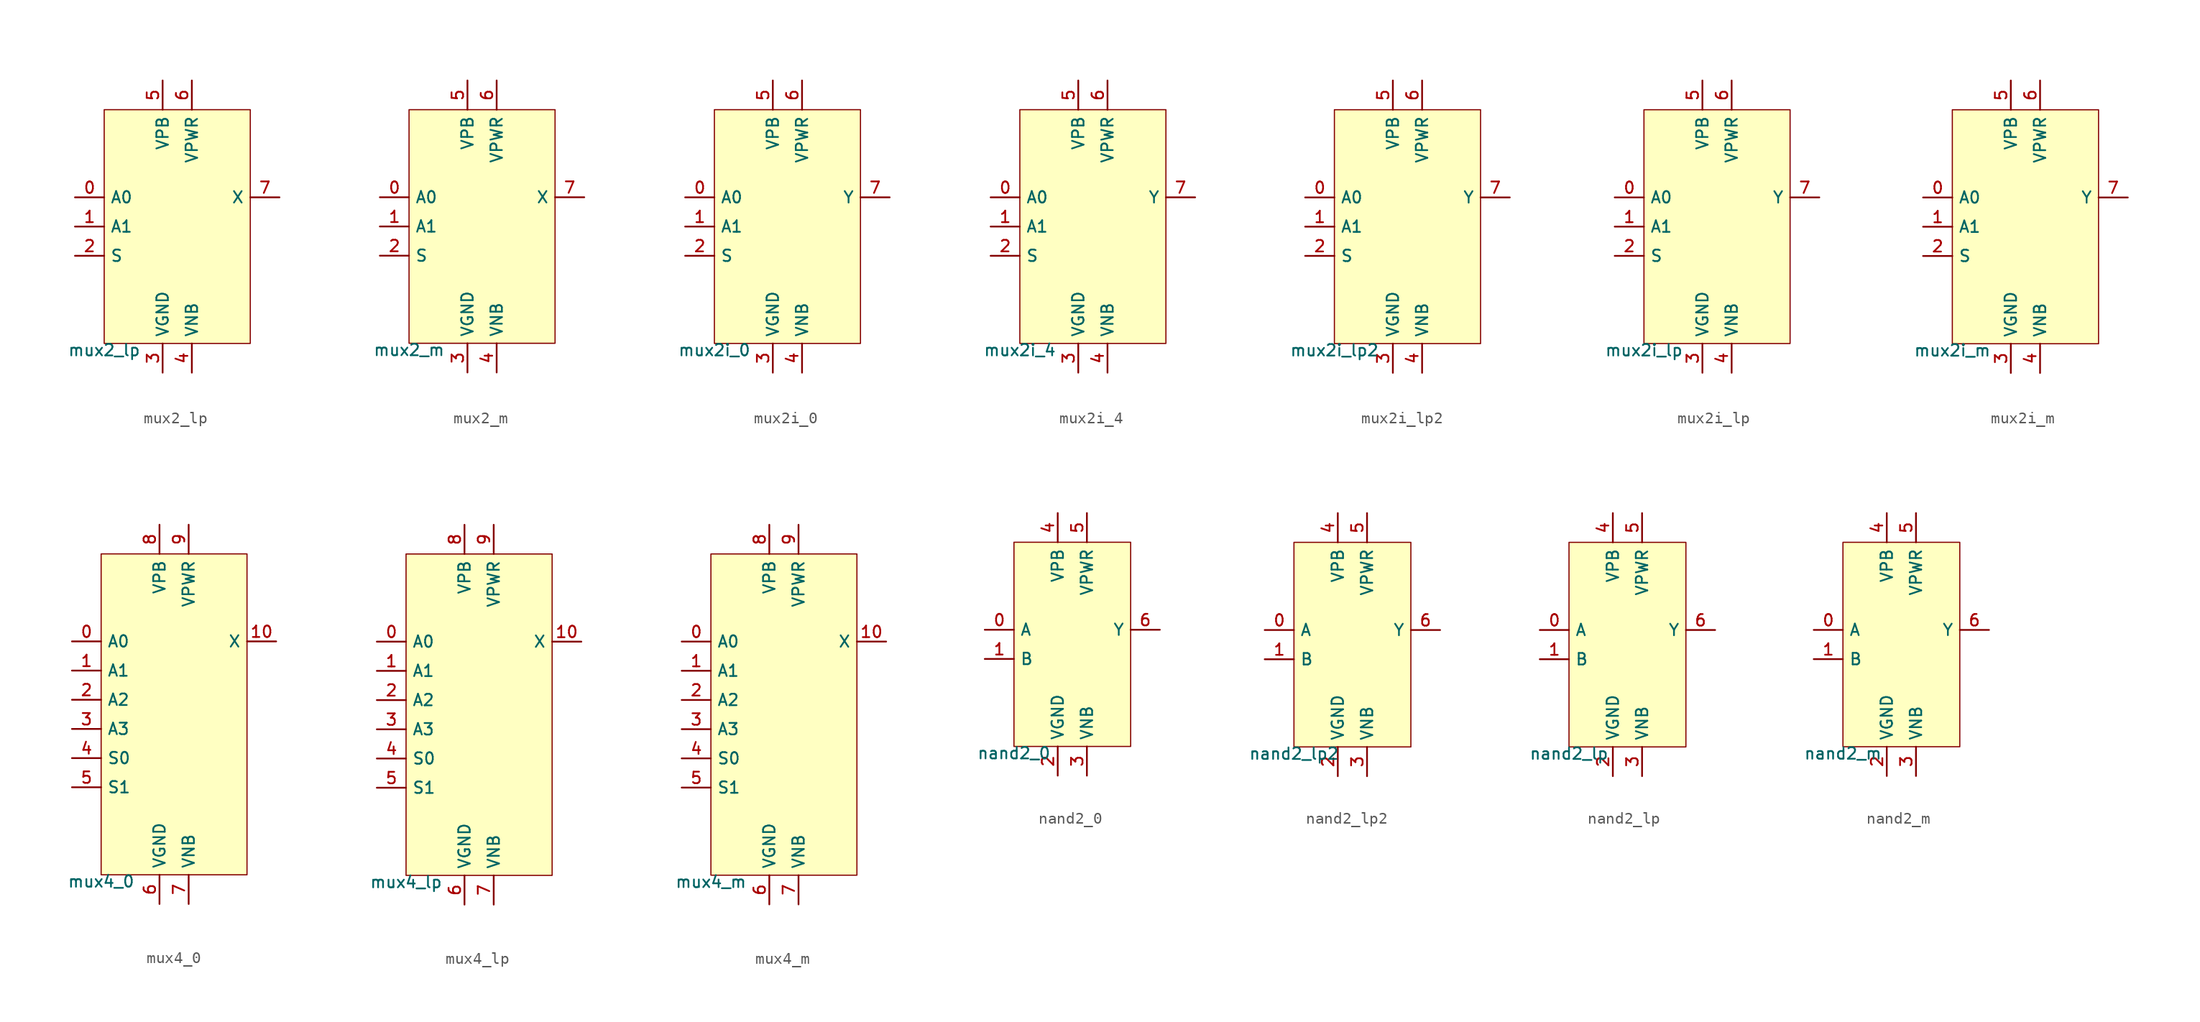
<source format=kicad_sym>
(kicad_symbol_lib
  (version 20211014)
  (generator pdk2kicad)
  (symbol "mux2_lp"
    (property "Reference" "X"
      (at 0 0 0)
      (effects (font (size 1 1)) hide))
    (property "Value" "mux2_lp"
      (at -6.35 -10.16 0)
      (effects (font (size 1 1)) (justify top)))
    (rectangle
      (start -6.35 -10.16)
      (end 6.35 10.16)
      (stroke (width 0.1) (type solid) (color 0 0 0 0))
      (fill (type background)))
    (pin input line
      (at -8.89 2.54 0)
      (length 2.54)
      (name "A0" (effects (font (size 1 1)) hide))
      (number "0" (effects (font (size 1 1)) hide)))
    (pin input line
      (at -8.89 0.0 0)
      (length 2.54)
      (name "A1" (effects (font (size 1 1)) hide))
      (number "1" (effects (font (size 1 1)) hide)))
    (pin input line
      (at -8.89 -2.54 0)
      (length 2.54)
      (name "S" (effects (font (size 1 1)) hide))
      (number "2" (effects (font (size 1 1)) hide)))
    (pin power_in line
      (at -1.27 -12.7 90)
      (length 2.54)
      (name "VGND" (effects (font (size 1 1)) hide))
      (number "3" (effects (font (size 1 1)) hide)))
    (pin power_in line
      (at 1.27 -12.7 90)
      (length 2.54)
      (name "VNB" (effects (font (size 1 1)) hide))
      (number "4" (effects (font (size 1 1)) hide)))
    (pin power_in line
      (at -1.27 12.7 270)
      (length 2.54)
      (name "VPB" (effects (font (size 1 1)) hide))
      (number "5" (effects (font (size 1 1)) hide)))
    (pin power_in line
      (at 1.27 12.7 270)
      (length 2.54)
      (name "VPWR" (effects (font (size 1 1)) hide))
      (number "6" (effects (font (size 1 1)) hide)))
    (pin output line
      (at 8.89 2.54 180)
      (length 2.54)
      (name "X" (effects (font (size 1 1)) hide))
      (number "7" (effects (font (size 1 1)) hide))))
  (symbol "mux2_m"
    (property "Reference" "X"
      (at 0 0 0)
      (effects (font (size 1 1)) hide))
    (property "Value" "mux2_m"
      (at -6.35 -10.16 0)
      (effects (font (size 1 1)) (justify top)))
    (rectangle
      (start -6.35 -10.16)
      (end 6.35 10.16)
      (stroke (width 0.1) (type solid) (color 0 0 0 0))
      (fill (type background)))
    (pin input line
      (at -8.89 2.54 0)
      (length 2.54)
      (name "A0" (effects (font (size 1 1)) hide))
      (number "0" (effects (font (size 1 1)) hide)))
    (pin input line
      (at -8.89 0.0 0)
      (length 2.54)
      (name "A1" (effects (font (size 1 1)) hide))
      (number "1" (effects (font (size 1 1)) hide)))
    (pin input line
      (at -8.89 -2.54 0)
      (length 2.54)
      (name "S" (effects (font (size 1 1)) hide))
      (number "2" (effects (font (size 1 1)) hide)))
    (pin power_in line
      (at -1.27 -12.7 90)
      (length 2.54)
      (name "VGND" (effects (font (size 1 1)) hide))
      (number "3" (effects (font (size 1 1)) hide)))
    (pin power_in line
      (at 1.27 -12.7 90)
      (length 2.54)
      (name "VNB" (effects (font (size 1 1)) hide))
      (number "4" (effects (font (size 1 1)) hide)))
    (pin power_in line
      (at -1.27 12.7 270)
      (length 2.54)
      (name "VPB" (effects (font (size 1 1)) hide))
      (number "5" (effects (font (size 1 1)) hide)))
    (pin power_in line
      (at 1.27 12.7 270)
      (length 2.54)
      (name "VPWR" (effects (font (size 1 1)) hide))
      (number "6" (effects (font (size 1 1)) hide)))
    (pin output line
      (at 8.89 2.54 180)
      (length 2.54)
      (name "X" (effects (font (size 1 1)) hide))
      (number "7" (effects (font (size 1 1)) hide))))
  (symbol "mux2i_0"
    (property "Reference" "X"
      (at 0 0 0)
      (effects (font (size 1 1)) hide))
    (property "Value" "mux2i_0"
      (at -6.35 -10.16 0)
      (effects (font (size 1 1)) (justify top)))
    (rectangle
      (start -6.35 -10.16)
      (end 6.35 10.16)
      (stroke (width 0.1) (type solid) (color 0 0 0 0))
      (fill (type background)))
    (pin input line
      (at -8.89 2.54 0)
      (length 2.54)
      (name "A0" (effects (font (size 1 1)) hide))
      (number "0" (effects (font (size 1 1)) hide)))
    (pin input line
      (at -8.89 0.0 0)
      (length 2.54)
      (name "A1" (effects (font (size 1 1)) hide))
      (number "1" (effects (font (size 1 1)) hide)))
    (pin input line
      (at -8.89 -2.54 0)
      (length 2.54)
      (name "S" (effects (font (size 1 1)) hide))
      (number "2" (effects (font (size 1 1)) hide)))
    (pin power_in line
      (at -1.27 -12.7 90)
      (length 2.54)
      (name "VGND" (effects (font (size 1 1)) hide))
      (number "3" (effects (font (size 1 1)) hide)))
    (pin power_in line
      (at 1.27 -12.7 90)
      (length 2.54)
      (name "VNB" (effects (font (size 1 1)) hide))
      (number "4" (effects (font (size 1 1)) hide)))
    (pin power_in line
      (at -1.27 12.7 270)
      (length 2.54)
      (name "VPB" (effects (font (size 1 1)) hide))
      (number "5" (effects (font (size 1 1)) hide)))
    (pin power_in line
      (at 1.27 12.7 270)
      (length 2.54)
      (name "VPWR" (effects (font (size 1 1)) hide))
      (number "6" (effects (font (size 1 1)) hide)))
    (pin output line
      (at 8.89 2.54 180)
      (length 2.54)
      (name "Y" (effects (font (size 1 1)) hide))
      (number "7" (effects (font (size 1 1)) hide))))
  (symbol "mux2i_4"
    (property "Reference" "X"
      (at 0 0 0)
      (effects (font (size 1 1)) hide))
    (property "Value" "mux2i_4"
      (at -6.35 -10.16 0)
      (effects (font (size 1 1)) (justify top)))
    (rectangle
      (start -6.35 -10.16)
      (end 6.35 10.16)
      (stroke (width 0.1) (type solid) (color 0 0 0 0))
      (fill (type background)))
    (pin input line
      (at -8.89 2.54 0)
      (length 2.54)
      (name "A0" (effects (font (size 1 1)) hide))
      (number "0" (effects (font (size 1 1)) hide)))
    (pin input line
      (at -8.89 0.0 0)
      (length 2.54)
      (name "A1" (effects (font (size 1 1)) hide))
      (number "1" (effects (font (size 1 1)) hide)))
    (pin input line
      (at -8.89 -2.54 0)
      (length 2.54)
      (name "S" (effects (font (size 1 1)) hide))
      (number "2" (effects (font (size 1 1)) hide)))
    (pin power_in line
      (at -1.27 -12.7 90)
      (length 2.54)
      (name "VGND" (effects (font (size 1 1)) hide))
      (number "3" (effects (font (size 1 1)) hide)))
    (pin power_in line
      (at 1.27 -12.7 90)
      (length 2.54)
      (name "VNB" (effects (font (size 1 1)) hide))
      (number "4" (effects (font (size 1 1)) hide)))
    (pin power_in line
      (at -1.27 12.7 270)
      (length 2.54)
      (name "VPB" (effects (font (size 1 1)) hide))
      (number "5" (effects (font (size 1 1)) hide)))
    (pin power_in line
      (at 1.27 12.7 270)
      (length 2.54)
      (name "VPWR" (effects (font (size 1 1)) hide))
      (number "6" (effects (font (size 1 1)) hide)))
    (pin output line
      (at 8.89 2.54 180)
      (length 2.54)
      (name "Y" (effects (font (size 1 1)) hide))
      (number "7" (effects (font (size 1 1)) hide))))
  (symbol "mux2i_lp2"
    (property "Reference" "X"
      (at 0 0 0)
      (effects (font (size 1 1)) hide))
    (property "Value" "mux2i_lp2"
      (at -6.35 -10.16 0)
      (effects (font (size 1 1)) (justify top)))
    (rectangle
      (start -6.35 -10.16)
      (end 6.35 10.16)
      (stroke (width 0.1) (type solid) (color 0 0 0 0))
      (fill (type background)))
    (pin input line
      (at -8.89 2.54 0)
      (length 2.54)
      (name "A0" (effects (font (size 1 1)) hide))
      (number "0" (effects (font (size 1 1)) hide)))
    (pin input line
      (at -8.89 0.0 0)
      (length 2.54)
      (name "A1" (effects (font (size 1 1)) hide))
      (number "1" (effects (font (size 1 1)) hide)))
    (pin input line
      (at -8.89 -2.54 0)
      (length 2.54)
      (name "S" (effects (font (size 1 1)) hide))
      (number "2" (effects (font (size 1 1)) hide)))
    (pin power_in line
      (at -1.27 -12.7 90)
      (length 2.54)
      (name "VGND" (effects (font (size 1 1)) hide))
      (number "3" (effects (font (size 1 1)) hide)))
    (pin power_in line
      (at 1.27 -12.7 90)
      (length 2.54)
      (name "VNB" (effects (font (size 1 1)) hide))
      (number "4" (effects (font (size 1 1)) hide)))
    (pin power_in line
      (at -1.27 12.7 270)
      (length 2.54)
      (name "VPB" (effects (font (size 1 1)) hide))
      (number "5" (effects (font (size 1 1)) hide)))
    (pin power_in line
      (at 1.27 12.7 270)
      (length 2.54)
      (name "VPWR" (effects (font (size 1 1)) hide))
      (number "6" (effects (font (size 1 1)) hide)))
    (pin output line
      (at 8.89 2.54 180)
      (length 2.54)
      (name "Y" (effects (font (size 1 1)) hide))
      (number "7" (effects (font (size 1 1)) hide))))
  (symbol "mux2i_lp"
    (property "Reference" "X"
      (at 0 0 0)
      (effects (font (size 1 1)) hide))
    (property "Value" "mux2i_lp"
      (at -6.35 -10.16 0)
      (effects (font (size 1 1)) (justify top)))
    (rectangle
      (start -6.35 -10.16)
      (end 6.35 10.16)
      (stroke (width 0.1) (type solid) (color 0 0 0 0))
      (fill (type background)))
    (pin input line
      (at -8.89 2.54 0)
      (length 2.54)
      (name "A0" (effects (font (size 1 1)) hide))
      (number "0" (effects (font (size 1 1)) hide)))
    (pin input line
      (at -8.89 0.0 0)
      (length 2.54)
      (name "A1" (effects (font (size 1 1)) hide))
      (number "1" (effects (font (size 1 1)) hide)))
    (pin input line
      (at -8.89 -2.54 0)
      (length 2.54)
      (name "S" (effects (font (size 1 1)) hide))
      (number "2" (effects (font (size 1 1)) hide)))
    (pin power_in line
      (at -1.27 -12.7 90)
      (length 2.54)
      (name "VGND" (effects (font (size 1 1)) hide))
      (number "3" (effects (font (size 1 1)) hide)))
    (pin power_in line
      (at 1.27 -12.7 90)
      (length 2.54)
      (name "VNB" (effects (font (size 1 1)) hide))
      (number "4" (effects (font (size 1 1)) hide)))
    (pin power_in line
      (at -1.27 12.7 270)
      (length 2.54)
      (name "VPB" (effects (font (size 1 1)) hide))
      (number "5" (effects (font (size 1 1)) hide)))
    (pin power_in line
      (at 1.27 12.7 270)
      (length 2.54)
      (name "VPWR" (effects (font (size 1 1)) hide))
      (number "6" (effects (font (size 1 1)) hide)))
    (pin output line
      (at 8.89 2.54 180)
      (length 2.54)
      (name "Y" (effects (font (size 1 1)) hide))
      (number "7" (effects (font (size 1 1)) hide))))
  (symbol "mux2i_m"
    (property "Reference" "X"
      (at 0 0 0)
      (effects (font (size 1 1)) hide))
    (property "Value" "mux2i_m"
      (at -6.35 -10.16 0)
      (effects (font (size 1 1)) (justify top)))
    (rectangle
      (start -6.35 -10.16)
      (end 6.35 10.16)
      (stroke (width 0.1) (type solid) (color 0 0 0 0))
      (fill (type background)))
    (pin input line
      (at -8.89 2.54 0)
      (length 2.54)
      (name "A0" (effects (font (size 1 1)) hide))
      (number "0" (effects (font (size 1 1)) hide)))
    (pin input line
      (at -8.89 0.0 0)
      (length 2.54)
      (name "A1" (effects (font (size 1 1)) hide))
      (number "1" (effects (font (size 1 1)) hide)))
    (pin input line
      (at -8.89 -2.54 0)
      (length 2.54)
      (name "S" (effects (font (size 1 1)) hide))
      (number "2" (effects (font (size 1 1)) hide)))
    (pin power_in line
      (at -1.27 -12.7 90)
      (length 2.54)
      (name "VGND" (effects (font (size 1 1)) hide))
      (number "3" (effects (font (size 1 1)) hide)))
    (pin power_in line
      (at 1.27 -12.7 90)
      (length 2.54)
      (name "VNB" (effects (font (size 1 1)) hide))
      (number "4" (effects (font (size 1 1)) hide)))
    (pin power_in line
      (at -1.27 12.7 270)
      (length 2.54)
      (name "VPB" (effects (font (size 1 1)) hide))
      (number "5" (effects (font (size 1 1)) hide)))
    (pin power_in line
      (at 1.27 12.7 270)
      (length 2.54)
      (name "VPWR" (effects (font (size 1 1)) hide))
      (number "6" (effects (font (size 1 1)) hide)))
    (pin output line
      (at 8.89 2.54 180)
      (length 2.54)
      (name "Y" (effects (font (size 1 1)) hide))
      (number "7" (effects (font (size 1 1)) hide))))
  (symbol "mux4_0"
    (property "Reference" "X"
      (at 0 0 0)
      (effects (font (size 1 1)) hide))
    (property "Value" "mux4_0"
      (at -6.35 -13.97 0)
      (effects (font (size 1 1)) (justify top)))
    (rectangle
      (start -6.35 -13.97)
      (end 6.35 13.97)
      (stroke (width 0.1) (type solid) (color 0 0 0 0))
      (fill (type background)))
    (pin input line
      (at -8.89 6.35 0)
      (length 2.54)
      (name "A0" (effects (font (size 1 1)) hide))
      (number "0" (effects (font (size 1 1)) hide)))
    (pin input line
      (at -8.89 3.81 0)
      (length 2.54)
      (name "A1" (effects (font (size 1 1)) hide))
      (number "1" (effects (font (size 1 1)) hide)))
    (pin input line
      (at -8.89 1.27 0)
      (length 2.54)
      (name "A2" (effects (font (size 1 1)) hide))
      (number "2" (effects (font (size 1 1)) hide)))
    (pin input line
      (at -8.89 -1.27 0)
      (length 2.54)
      (name "A3" (effects (font (size 1 1)) hide))
      (number "3" (effects (font (size 1 1)) hide)))
    (pin input line
      (at -8.89 -3.81 0)
      (length 2.54)
      (name "S0" (effects (font (size 1 1)) hide))
      (number "4" (effects (font (size 1 1)) hide)))
    (pin input line
      (at -8.89 -6.35 0)
      (length 2.54)
      (name "S1" (effects (font (size 1 1)) hide))
      (number "5" (effects (font (size 1 1)) hide)))
    (pin power_in line
      (at -1.27 -16.51 90)
      (length 2.54)
      (name "VGND" (effects (font (size 1 1)) hide))
      (number "6" (effects (font (size 1 1)) hide)))
    (pin power_in line
      (at 1.27 -16.51 90)
      (length 2.54)
      (name "VNB" (effects (font (size 1 1)) hide))
      (number "7" (effects (font (size 1 1)) hide)))
    (pin power_in line
      (at -1.27 16.51 270)
      (length 2.54)
      (name "VPB" (effects (font (size 1 1)) hide))
      (number "8" (effects (font (size 1 1)) hide)))
    (pin power_in line
      (at 1.27 16.51 270)
      (length 2.54)
      (name "VPWR" (effects (font (size 1 1)) hide))
      (number "9" (effects (font (size 1 1)) hide)))
    (pin output line
      (at 8.89 6.35 180)
      (length 2.54)
      (name "X" (effects (font (size 1 1)) hide))
      (number "10" (effects (font (size 1 1)) hide))))
  (symbol "mux4_lp"
    (property "Reference" "X"
      (at 0 0 0)
      (effects (font (size 1 1)) hide))
    (property "Value" "mux4_lp"
      (at -6.35 -13.97 0)
      (effects (font (size 1 1)) (justify top)))
    (rectangle
      (start -6.35 -13.97)
      (end 6.35 13.97)
      (stroke (width 0.1) (type solid) (color 0 0 0 0))
      (fill (type background)))
    (pin input line
      (at -8.89 6.35 0)
      (length 2.54)
      (name "A0" (effects (font (size 1 1)) hide))
      (number "0" (effects (font (size 1 1)) hide)))
    (pin input line
      (at -8.89 3.81 0)
      (length 2.54)
      (name "A1" (effects (font (size 1 1)) hide))
      (number "1" (effects (font (size 1 1)) hide)))
    (pin input line
      (at -8.89 1.27 0)
      (length 2.54)
      (name "A2" (effects (font (size 1 1)) hide))
      (number "2" (effects (font (size 1 1)) hide)))
    (pin input line
      (at -8.89 -1.27 0)
      (length 2.54)
      (name "A3" (effects (font (size 1 1)) hide))
      (number "3" (effects (font (size 1 1)) hide)))
    (pin input line
      (at -8.89 -3.81 0)
      (length 2.54)
      (name "S0" (effects (font (size 1 1)) hide))
      (number "4" (effects (font (size 1 1)) hide)))
    (pin input line
      (at -8.89 -6.35 0)
      (length 2.54)
      (name "S1" (effects (font (size 1 1)) hide))
      (number "5" (effects (font (size 1 1)) hide)))
    (pin power_in line
      (at -1.27 -16.51 90)
      (length 2.54)
      (name "VGND" (effects (font (size 1 1)) hide))
      (number "6" (effects (font (size 1 1)) hide)))
    (pin power_in line
      (at 1.27 -16.51 90)
      (length 2.54)
      (name "VNB" (effects (font (size 1 1)) hide))
      (number "7" (effects (font (size 1 1)) hide)))
    (pin power_in line
      (at -1.27 16.51 270)
      (length 2.54)
      (name "VPB" (effects (font (size 1 1)) hide))
      (number "8" (effects (font (size 1 1)) hide)))
    (pin power_in line
      (at 1.27 16.51 270)
      (length 2.54)
      (name "VPWR" (effects (font (size 1 1)) hide))
      (number "9" (effects (font (size 1 1)) hide)))
    (pin output line
      (at 8.89 6.35 180)
      (length 2.54)
      (name "X" (effects (font (size 1 1)) hide))
      (number "10" (effects (font (size 1 1)) hide))))
  (symbol "mux4_m"
    (property "Reference" "X"
      (at 0 0 0)
      (effects (font (size 1 1)) hide))
    (property "Value" "mux4_m"
      (at -6.35 -13.97 0)
      (effects (font (size 1 1)) (justify top)))
    (rectangle
      (start -6.35 -13.97)
      (end 6.35 13.97)
      (stroke (width 0.1) (type solid) (color 0 0 0 0))
      (fill (type background)))
    (pin input line
      (at -8.89 6.35 0)
      (length 2.54)
      (name "A0" (effects (font (size 1 1)) hide))
      (number "0" (effects (font (size 1 1)) hide)))
    (pin input line
      (at -8.89 3.81 0)
      (length 2.54)
      (name "A1" (effects (font (size 1 1)) hide))
      (number "1" (effects (font (size 1 1)) hide)))
    (pin input line
      (at -8.89 1.27 0)
      (length 2.54)
      (name "A2" (effects (font (size 1 1)) hide))
      (number "2" (effects (font (size 1 1)) hide)))
    (pin input line
      (at -8.89 -1.27 0)
      (length 2.54)
      (name "A3" (effects (font (size 1 1)) hide))
      (number "3" (effects (font (size 1 1)) hide)))
    (pin input line
      (at -8.89 -3.81 0)
      (length 2.54)
      (name "S0" (effects (font (size 1 1)) hide))
      (number "4" (effects (font (size 1 1)) hide)))
    (pin input line
      (at -8.89 -6.35 0)
      (length 2.54)
      (name "S1" (effects (font (size 1 1)) hide))
      (number "5" (effects (font (size 1 1)) hide)))
    (pin power_in line
      (at -1.27 -16.51 90)
      (length 2.54)
      (name "VGND" (effects (font (size 1 1)) hide))
      (number "6" (effects (font (size 1 1)) hide)))
    (pin power_in line
      (at 1.27 -16.51 90)
      (length 2.54)
      (name "VNB" (effects (font (size 1 1)) hide))
      (number "7" (effects (font (size 1 1)) hide)))
    (pin power_in line
      (at -1.27 16.51 270)
      (length 2.54)
      (name "VPB" (effects (font (size 1 1)) hide))
      (number "8" (effects (font (size 1 1)) hide)))
    (pin power_in line
      (at 1.27 16.51 270)
      (length 2.54)
      (name "VPWR" (effects (font (size 1 1)) hide))
      (number "9" (effects (font (size 1 1)) hide)))
    (pin output line
      (at 8.89 6.35 180)
      (length 2.54)
      (name "X" (effects (font (size 1 1)) hide))
      (number "10" (effects (font (size 1 1)) hide))))
  (symbol "nand2_0"
    (property "Reference" "X"
      (at 0 0 0)
      (effects (font (size 1 1)) hide))
    (property "Value" "nand2_0"
      (at -5.08 -8.89 0)
      (effects (font (size 1 1)) (justify top)))
    (rectangle
      (start -5.08 -8.89)
      (end 5.08 8.89)
      (stroke (width 0.1) (type solid) (color 0 0 0 0))
      (fill (type background)))
    (pin input line
      (at -7.62 1.27 0)
      (length 2.54)
      (name "A" (effects (font (size 1 1)) hide))
      (number "0" (effects (font (size 1 1)) hide)))
    (pin input line
      (at -7.62 -1.27 0)
      (length 2.54)
      (name "B" (effects (font (size 1 1)) hide))
      (number "1" (effects (font (size 1 1)) hide)))
    (pin power_in line
      (at -1.27 -11.43 90)
      (length 2.54)
      (name "VGND" (effects (font (size 1 1)) hide))
      (number "2" (effects (font (size 1 1)) hide)))
    (pin power_in line
      (at 1.27 -11.43 90)
      (length 2.54)
      (name "VNB" (effects (font (size 1 1)) hide))
      (number "3" (effects (font (size 1 1)) hide)))
    (pin power_in line
      (at -1.27 11.43 270)
      (length 2.54)
      (name "VPB" (effects (font (size 1 1)) hide))
      (number "4" (effects (font (size 1 1)) hide)))
    (pin power_in line
      (at 1.27 11.43 270)
      (length 2.54)
      (name "VPWR" (effects (font (size 1 1)) hide))
      (number "5" (effects (font (size 1 1)) hide)))
    (pin output line
      (at 7.62 1.27 180)
      (length 2.54)
      (name "Y" (effects (font (size 1 1)) hide))
      (number "6" (effects (font (size 1 1)) hide))))
  (symbol "nand2_lp2"
    (property "Reference" "X"
      (at 0 0 0)
      (effects (font (size 1 1)) hide))
    (property "Value" "nand2_lp2"
      (at -5.08 -8.89 0)
      (effects (font (size 1 1)) (justify top)))
    (rectangle
      (start -5.08 -8.89)
      (end 5.08 8.89)
      (stroke (width 0.1) (type solid) (color 0 0 0 0))
      (fill (type background)))
    (pin input line
      (at -7.62 1.27 0)
      (length 2.54)
      (name "A" (effects (font (size 1 1)) hide))
      (number "0" (effects (font (size 1 1)) hide)))
    (pin input line
      (at -7.62 -1.27 0)
      (length 2.54)
      (name "B" (effects (font (size 1 1)) hide))
      (number "1" (effects (font (size 1 1)) hide)))
    (pin power_in line
      (at -1.27 -11.43 90)
      (length 2.54)
      (name "VGND" (effects (font (size 1 1)) hide))
      (number "2" (effects (font (size 1 1)) hide)))
    (pin power_in line
      (at 1.27 -11.43 90)
      (length 2.54)
      (name "VNB" (effects (font (size 1 1)) hide))
      (number "3" (effects (font (size 1 1)) hide)))
    (pin power_in line
      (at -1.27 11.43 270)
      (length 2.54)
      (name "VPB" (effects (font (size 1 1)) hide))
      (number "4" (effects (font (size 1 1)) hide)))
    (pin power_in line
      (at 1.27 11.43 270)
      (length 2.54)
      (name "VPWR" (effects (font (size 1 1)) hide))
      (number "5" (effects (font (size 1 1)) hide)))
    (pin output line
      (at 7.62 1.27 180)
      (length 2.54)
      (name "Y" (effects (font (size 1 1)) hide))
      (number "6" (effects (font (size 1 1)) hide))))
  (symbol "nand2_lp"
    (property "Reference" "X"
      (at 0 0 0)
      (effects (font (size 1 1)) hide))
    (property "Value" "nand2_lp"
      (at -5.08 -8.89 0)
      (effects (font (size 1 1)) (justify top)))
    (rectangle
      (start -5.08 -8.89)
      (end 5.08 8.89)
      (stroke (width 0.1) (type solid) (color 0 0 0 0))
      (fill (type background)))
    (pin input line
      (at -7.62 1.27 0)
      (length 2.54)
      (name "A" (effects (font (size 1 1)) hide))
      (number "0" (effects (font (size 1 1)) hide)))
    (pin input line
      (at -7.62 -1.27 0)
      (length 2.54)
      (name "B" (effects (font (size 1 1)) hide))
      (number "1" (effects (font (size 1 1)) hide)))
    (pin power_in line
      (at -1.27 -11.43 90)
      (length 2.54)
      (name "VGND" (effects (font (size 1 1)) hide))
      (number "2" (effects (font (size 1 1)) hide)))
    (pin power_in line
      (at 1.27 -11.43 90)
      (length 2.54)
      (name "VNB" (effects (font (size 1 1)) hide))
      (number "3" (effects (font (size 1 1)) hide)))
    (pin power_in line
      (at -1.27 11.43 270)
      (length 2.54)
      (name "VPB" (effects (font (size 1 1)) hide))
      (number "4" (effects (font (size 1 1)) hide)))
    (pin power_in line
      (at 1.27 11.43 270)
      (length 2.54)
      (name "VPWR" (effects (font (size 1 1)) hide))
      (number "5" (effects (font (size 1 1)) hide)))
    (pin output line
      (at 7.62 1.27 180)
      (length 2.54)
      (name "Y" (effects (font (size 1 1)) hide))
      (number "6" (effects (font (size 1 1)) hide))))
  (symbol "nand2_m"
    (property "Reference" "X"
      (at 0 0 0)
      (effects (font (size 1 1)) hide))
    (property "Value" "nand2_m"
      (at -5.08 -8.89 0)
      (effects (font (size 1 1)) (justify top)))
    (rectangle
      (start -5.08 -8.89)
      (end 5.08 8.89)
      (stroke (width 0.1) (type solid) (color 0 0 0 0))
      (fill (type background)))
    (pin input line
      (at -7.62 1.27 0)
      (length 2.54)
      (name "A" (effects (font (size 1 1)) hide))
      (number "0" (effects (font (size 1 1)) hide)))
    (pin input line
      (at -7.62 -1.27 0)
      (length 2.54)
      (name "B" (effects (font (size 1 1)) hide))
      (number "1" (effects (font (size 1 1)) hide)))
    (pin power_in line
      (at -1.27 -11.43 90)
      (length 2.54)
      (name "VGND" (effects (font (size 1 1)) hide))
      (number "2" (effects (font (size 1 1)) hide)))
    (pin power_in line
      (at 1.27 -11.43 90)
      (length 2.54)
      (name "VNB" (effects (font (size 1 1)) hide))
      (number "3" (effects (font (size 1 1)) hide)))
    (pin power_in line
      (at -1.27 11.43 270)
      (length 2.54)
      (name "VPB" (effects (font (size 1 1)) hide))
      (number "4" (effects (font (size 1 1)) hide)))
    (pin power_in line
      (at 1.27 11.43 270)
      (length 2.54)
      (name "VPWR" (effects (font (size 1 1)) hide))
      (number "5" (effects (font (size 1 1)) hide)))
    (pin output line
      (at 7.62 1.27 180)
      (length 2.54)
      (name "Y" (effects (font (size 1 1)) hide))
      (number "6" (effects (font (size 1 1)) hide)))))
</source>
